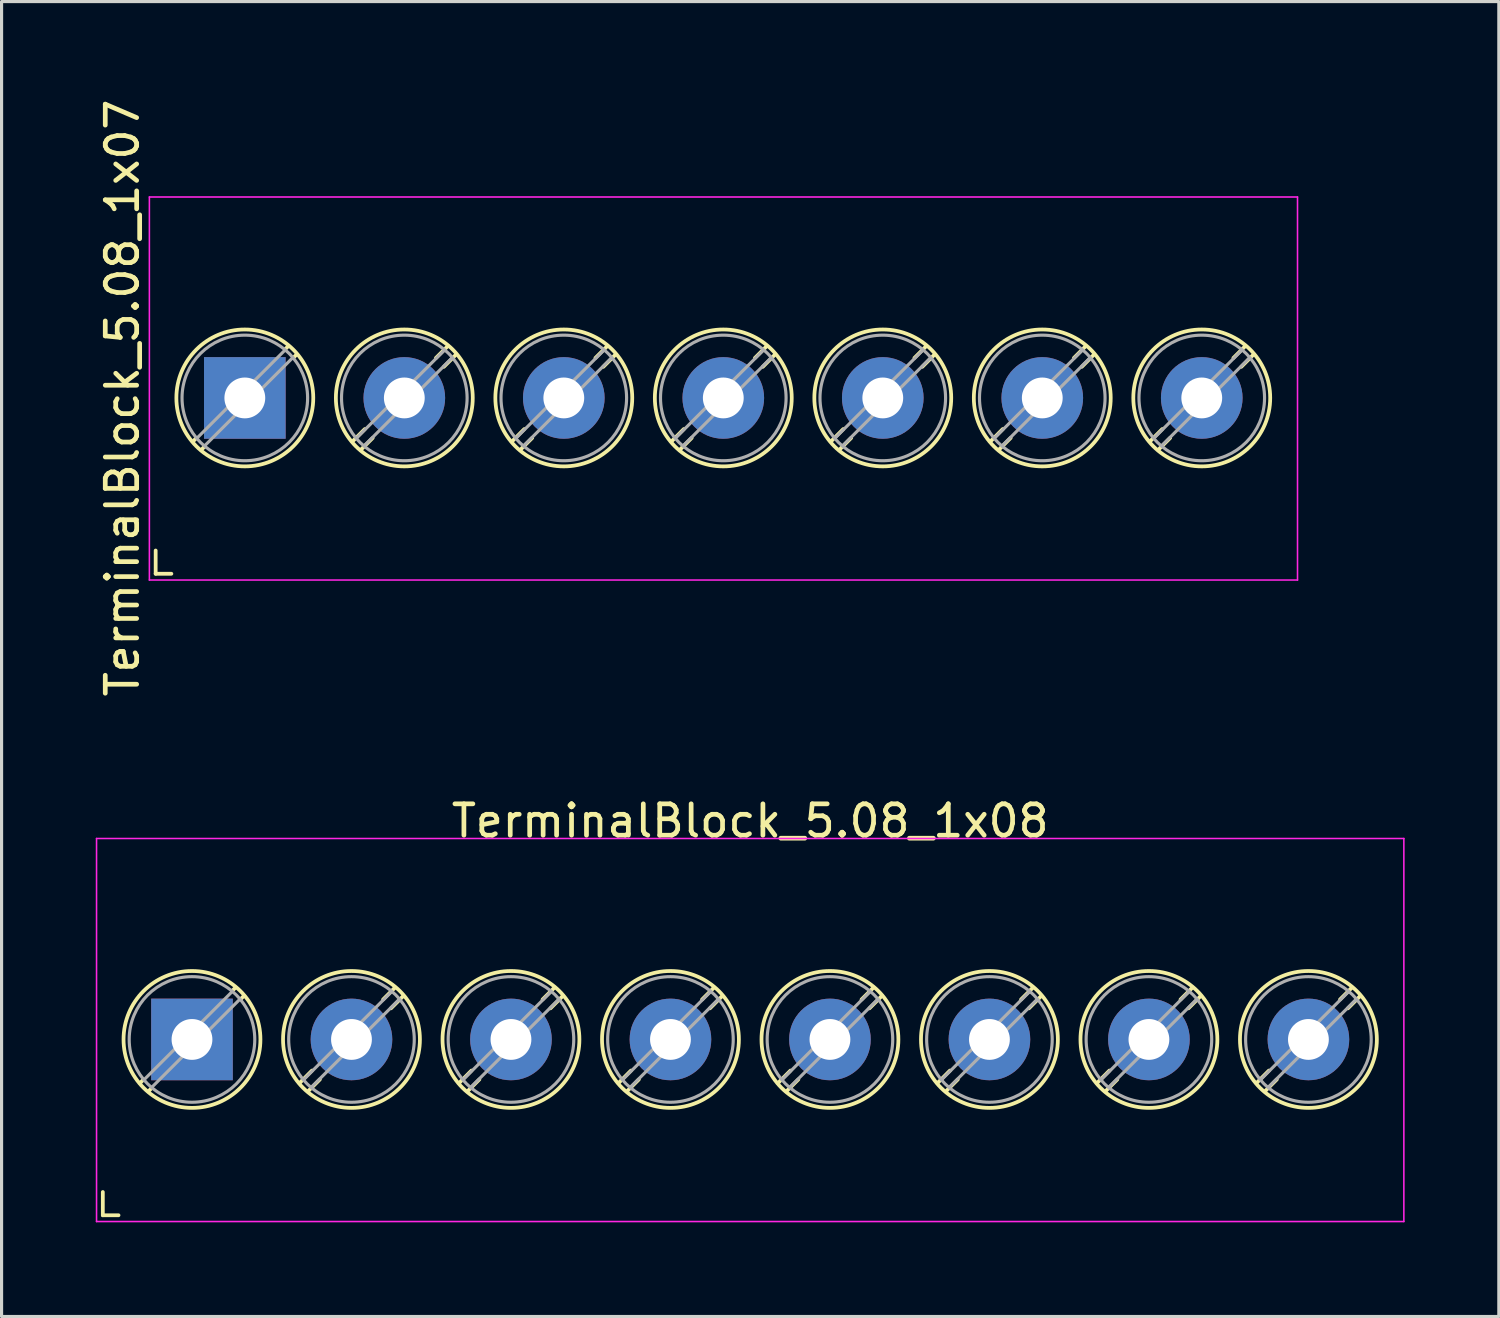
<source format=kicad_pcb>
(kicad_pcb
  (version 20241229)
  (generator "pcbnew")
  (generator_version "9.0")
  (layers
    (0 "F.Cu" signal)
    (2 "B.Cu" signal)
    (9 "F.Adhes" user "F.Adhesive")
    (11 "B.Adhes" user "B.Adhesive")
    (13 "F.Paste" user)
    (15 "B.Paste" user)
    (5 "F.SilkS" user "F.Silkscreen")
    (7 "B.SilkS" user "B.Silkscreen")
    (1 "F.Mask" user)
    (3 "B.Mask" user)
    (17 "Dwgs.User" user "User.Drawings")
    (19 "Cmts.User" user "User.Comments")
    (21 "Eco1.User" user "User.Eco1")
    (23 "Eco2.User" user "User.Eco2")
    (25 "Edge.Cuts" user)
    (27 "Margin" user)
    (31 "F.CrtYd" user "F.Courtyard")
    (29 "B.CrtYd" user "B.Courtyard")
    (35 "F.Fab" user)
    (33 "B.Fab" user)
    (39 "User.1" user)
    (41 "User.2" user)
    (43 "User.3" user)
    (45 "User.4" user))
  (footprint "TerminalBlock_5.08_1x07"
    (layer "F.Cu")
    (at 4.748 9.625)
    (property "Reference" "TerminalBlock_5.08_1x07" (at -3.9 0 90) (layer "F.SilkS") (effects (font (size 1 1) (thickness 0.15))))
    (attr through_hole)
    (fp_line (start -2.84 4.86) (end -2.84 5.6) (stroke (width 0.12) (type solid)) (layer "F.SilkS"))
    (fp_line (start -2.84 5.6) (end -2.34 5.6) (stroke (width 0.12) (type solid)) (layer "F.SilkS"))
    (fp_line (start -1.548 1.281) (end -1.654 1.388) (stroke (width 0.12) (type solid)) (layer "F.SilkS"))
    (fp_line (start -1.282 1.547) (end -1.388 1.654) (stroke (width 0.12) (type solid)) (layer "F.SilkS"))
    (fp_line (start 1.388 -1.654) (end 1.281 -1.547) (stroke (width 0.12) (type solid)) (layer "F.SilkS"))
    (fp_line (start 1.654 -1.388) (end 1.547 -1.281) (stroke (width 0.12) (type solid)) (layer "F.SilkS"))
    (fp_line (start 3.822 0.992) (end 3.427 1.388) (stroke (width 0.12) (type solid)) (layer "F.SilkS"))
    (fp_line (start 4.073 1.274) (end 3.693 1.654) (stroke (width 0.12) (type solid)) (layer "F.SilkS"))
    (fp_line (start 6.468 -1.654) (end 6.088 -1.274) (stroke (width 0.12) (type solid)) (layer "F.SilkS"))
    (fp_line (start 6.734 -1.388) (end 6.339 -0.992) (stroke (width 0.12) (type solid)) (layer "F.SilkS"))
    (fp_line (start 8.902 0.992) (end 8.507 1.388) (stroke (width 0.12) (type solid)) (layer "F.SilkS"))
    (fp_line (start 9.153 1.274) (end 8.773 1.654) (stroke (width 0.12) (type solid)) (layer "F.SilkS"))
    (fp_line (start 11.548 -1.654) (end 11.168 -1.274) (stroke (width 0.12) (type solid)) (layer "F.SilkS"))
    (fp_line (start 11.814 -1.388) (end 11.419 -0.992) (stroke (width 0.12) (type solid)) (layer "F.SilkS"))
    (fp_line (start 13.982 0.992) (end 13.587 1.388) (stroke (width 0.12) (type solid)) (layer "F.SilkS"))
    (fp_line (start 14.233 1.274) (end 13.853 1.654) (stroke (width 0.12) (type solid)) (layer "F.SilkS"))
    (fp_line (start 16.628 -1.654) (end 16.248 -1.274) (stroke (width 0.12) (type solid)) (layer "F.SilkS"))
    (fp_line (start 16.894 -1.388) (end 16.499 -0.992) (stroke (width 0.12) (type solid)) (layer "F.SilkS"))
    (fp_line (start 19.062 0.992) (end 18.667 1.388) (stroke (width 0.12) (type solid)) (layer "F.SilkS"))
    (fp_line (start 19.313 1.274) (end 18.933 1.654) (stroke (width 0.12) (type solid)) (layer "F.SilkS"))
    (fp_line (start 21.708 -1.654) (end 21.328 -1.274) (stroke (width 0.12) (type solid)) (layer "F.SilkS"))
    (fp_line (start 21.974 -1.388) (end 21.579 -0.992) (stroke (width 0.12) (type solid)) (layer "F.SilkS"))
    (fp_line (start 24.142 0.992) (end 23.747 1.388) (stroke (width 0.12) (type solid)) (layer "F.SilkS"))
    (fp_line (start 24.393 1.274) (end 24.013 1.654) (stroke (width 0.12) (type solid)) (layer "F.SilkS"))
    (fp_line (start 26.788 -1.654) (end 26.408 -1.274) (stroke (width 0.12) (type solid)) (layer "F.SilkS"))
    (fp_line (start 27.054 -1.388) (end 26.659 -0.992) (stroke (width 0.12) (type solid)) (layer "F.SilkS"))
    (fp_line (start 29.222 0.992) (end 28.827 1.388) (stroke (width 0.12) (type solid)) (layer "F.SilkS"))
    (fp_line (start 29.473 1.274) (end 29.093 1.654) (stroke (width 0.12) (type solid)) (layer "F.SilkS"))
    (fp_line (start 31.868 -1.654) (end 31.488 -1.274) (stroke (width 0.12) (type solid)) (layer "F.SilkS"))
    (fp_line (start 32.134 -1.388) (end 31.739 -0.992) (stroke (width 0.12) (type solid)) (layer "F.SilkS"))
    (fp_circle (center 0 0) (end 2.18 0) (stroke (width 0.12) (type solid)) (fill no) (layer "F.SilkS"))
    (fp_circle (center 5.08 0) (end 7.26 0) (stroke (width 0.12) (type solid)) (fill no) (layer "F.SilkS"))
    (fp_circle (center 10.16 0) (end 12.34 0) (stroke (width 0.12) (type solid)) (fill no) (layer "F.SilkS"))
    (fp_circle (center 15.24 0) (end 17.42 0) (stroke (width 0.12) (type solid)) (fill no) (layer "F.SilkS"))
    (fp_circle (center 20.32 0) (end 22.5 0) (stroke (width 0.12) (type solid)) (fill no) (layer "F.SilkS"))
    (fp_circle (center 25.4 0) (end 27.58 0) (stroke (width 0.12) (type solid)) (fill no) (layer "F.SilkS"))
    (fp_circle (center 30.48 0) (end 32.66 0) (stroke (width 0.12) (type solid)) (fill no) (layer "F.SilkS"))
    (fp_line (start -3.04 -6.4) (end -3.04 5.8) (stroke (width 0.05) (type solid)) (layer "F.CrtYd"))
    (fp_line (start -3.04 5.8) (end 33.53 5.8) (stroke (width 0.05) (type solid)) (layer "F.CrtYd"))
    (fp_line (start 33.53 -6.4) (end -3.04 -6.4) (stroke (width 0.05) (type solid)) (layer "F.CrtYd"))
    (fp_line (start 33.53 5.8) (end 33.53 -6.4) (stroke (width 0.05) (type solid)) (layer "F.CrtYd"))
    (fp_line (start 1.273 -1.517) (end -1.517 1.273) (stroke (width 0.1) (type solid)) (layer "F.Fab"))
    (fp_line (start 1.517 -1.273) (end -1.273 1.517) (stroke (width 0.1) (type solid)) (layer "F.Fab"))
    (fp_line (start 6.353 -1.517) (end 3.564 1.273) (stroke (width 0.1) (type solid)) (layer "F.Fab"))
    (fp_line (start 6.597 -1.273) (end 3.808 1.517) (stroke (width 0.1) (type solid)) (layer "F.Fab"))
    (fp_line (start 11.433 -1.517) (end 8.644 1.273) (stroke (width 0.1) (type solid)) (layer "F.Fab"))
    (fp_line (start 11.677 -1.273) (end 8.888 1.517) (stroke (width 0.1) (type solid)) (layer "F.Fab"))
    (fp_line (start 16.513 -1.517) (end 13.724 1.273) (stroke (width 0.1) (type solid)) (layer "F.Fab"))
    (fp_line (start 16.757 -1.273) (end 13.968 1.517) (stroke (width 0.1) (type solid)) (layer "F.Fab"))
    (fp_line (start 21.593 -1.517) (end 18.804 1.273) (stroke (width 0.1) (type solid)) (layer "F.Fab"))
    (fp_line (start 21.837 -1.273) (end 19.048 1.517) (stroke (width 0.1) (type solid)) (layer "F.Fab"))
    (fp_line (start 26.673 -1.517) (end 23.884 1.273) (stroke (width 0.1) (type solid)) (layer "F.Fab"))
    (fp_line (start 26.917 -1.273) (end 24.128 1.517) (stroke (width 0.1) (type solid)) (layer "F.Fab"))
    (fp_line (start 31.753 -1.517) (end 28.964 1.273) (stroke (width 0.1) (type solid)) (layer "F.Fab"))
    (fp_line (start 31.997 -1.273) (end 29.208 1.517) (stroke (width 0.1) (type solid)) (layer "F.Fab"))
    (fp_circle (center 0 0) (end 2 0) (stroke (width 0.1) (type solid)) (fill no) (layer "F.Fab"))
    (fp_circle (center 5.08 0) (end 7.08 0) (stroke (width 0.1) (type solid)) (fill no) (layer "F.Fab"))
    (fp_circle (center 10.16 0) (end 12.16 0) (stroke (width 0.1) (type solid)) (fill no) (layer "F.Fab"))
    (fp_circle (center 15.24 0) (end 17.24 0) (stroke (width 0.1) (type solid)) (fill no) (layer "F.Fab"))
    (fp_circle (center 20.32 0) (end 22.32 0) (stroke (width 0.1) (type solid)) (fill no) (layer "F.Fab"))
    (fp_circle (center 25.4 0) (end 27.4 0) (stroke (width 0.1) (type solid)) (fill no) (layer "F.Fab"))
    (fp_circle (center 30.48 0) (end 32.48 0) (stroke (width 0.1) (type solid)) (fill no) (layer "F.Fab"))
    (pad "1" thru_hole rect (at 0 0) (size 2.6 2.6) (drill 1.3) (layers "*.Cu" "*.Mask"))
    (pad "2" thru_hole circle (at 5.08 0) (size 2.6 2.6) (drill 1.3) (layers "*.Cu" "*.Mask"))
    (pad "3" thru_hole circle (at 10.16 0) (size 2.6 2.6) (drill 1.3) (layers "*.Cu" "*.Mask"))
    (pad "4" thru_hole circle (at 15.24 0) (size 2.6 2.6) (drill 1.3) (layers "*.Cu" "*.Mask"))
    (pad "5" thru_hole circle (at 20.32 0) (size 2.6 2.6) (drill 1.3) (layers "*.Cu" "*.Mask"))
    (pad "6" thru_hole circle (at 25.4 0) (size 2.6 2.6) (drill 1.3) (layers "*.Cu" "*.Mask"))
    (pad "7" thru_hole circle (at 30.48 0) (size 2.6 2.6) (drill 1.3) (layers "*.Cu" "*.Mask")))
  (footprint "TerminalBlock_5.08_1x08"
    (layer "F.Cu")
    (at 3.065 30.058)
    (property "Reference" "TerminalBlock_5.08_1x08" (at 17.78 -6.96 0) (layer "F.SilkS") (effects (font (size 1 1) (thickness 0.15))))
    (attr through_hole)
    (fp_line (start -2.84 4.86) (end -2.84 5.6) (stroke (width 0.12) (type solid)) (layer "F.SilkS"))
    (fp_line (start -2.84 5.6) (end -2.34 5.6) (stroke (width 0.12) (type solid)) (layer "F.SilkS"))
    (fp_line (start -1.548 1.281) (end -1.654 1.388) (stroke (width 0.12) (type solid)) (layer "F.SilkS"))
    (fp_line (start -1.282 1.547) (end -1.388 1.654) (stroke (width 0.12) (type solid)) (layer "F.SilkS"))
    (fp_line (start 1.388 -1.654) (end 1.281 -1.547) (stroke (width 0.12) (type solid)) (layer "F.SilkS"))
    (fp_line (start 1.654 -1.388) (end 1.547 -1.281) (stroke (width 0.12) (type solid)) (layer "F.SilkS"))
    (fp_line (start 3.822 0.992) (end 3.427 1.388) (stroke (width 0.12) (type solid)) (layer "F.SilkS"))
    (fp_line (start 4.073 1.274) (end 3.693 1.654) (stroke (width 0.12) (type solid)) (layer "F.SilkS"))
    (fp_line (start 6.468 -1.654) (end 6.088 -1.274) (stroke (width 0.12) (type solid)) (layer "F.SilkS"))
    (fp_line (start 6.734 -1.388) (end 6.339 -0.992) (stroke (width 0.12) (type solid)) (layer "F.SilkS"))
    (fp_line (start 8.902 0.992) (end 8.507 1.388) (stroke (width 0.12) (type solid)) (layer "F.SilkS"))
    (fp_line (start 9.153 1.274) (end 8.773 1.654) (stroke (width 0.12) (type solid)) (layer "F.SilkS"))
    (fp_line (start 11.548 -1.654) (end 11.168 -1.274) (stroke (width 0.12) (type solid)) (layer "F.SilkS"))
    (fp_line (start 11.814 -1.388) (end 11.419 -0.992) (stroke (width 0.12) (type solid)) (layer "F.SilkS"))
    (fp_line (start 13.982 0.992) (end 13.587 1.388) (stroke (width 0.12) (type solid)) (layer "F.SilkS"))
    (fp_line (start 14.233 1.274) (end 13.853 1.654) (stroke (width 0.12) (type solid)) (layer "F.SilkS"))
    (fp_line (start 16.628 -1.654) (end 16.248 -1.274) (stroke (width 0.12) (type solid)) (layer "F.SilkS"))
    (fp_line (start 16.894 -1.388) (end 16.499 -0.992) (stroke (width 0.12) (type solid)) (layer "F.SilkS"))
    (fp_line (start 19.062 0.992) (end 18.667 1.388) (stroke (width 0.12) (type solid)) (layer "F.SilkS"))
    (fp_line (start 19.313 1.274) (end 18.933 1.654) (stroke (width 0.12) (type solid)) (layer "F.SilkS"))
    (fp_line (start 21.708 -1.654) (end 21.328 -1.274) (stroke (width 0.12) (type solid)) (layer "F.SilkS"))
    (fp_line (start 21.974 -1.388) (end 21.579 -0.992) (stroke (width 0.12) (type solid)) (layer "F.SilkS"))
    (fp_line (start 24.142 0.992) (end 23.747 1.388) (stroke (width 0.12) (type solid)) (layer "F.SilkS"))
    (fp_line (start 24.393 1.274) (end 24.013 1.654) (stroke (width 0.12) (type solid)) (layer "F.SilkS"))
    (fp_line (start 26.788 -1.654) (end 26.408 -1.274) (stroke (width 0.12) (type solid)) (layer "F.SilkS"))
    (fp_line (start 27.054 -1.388) (end 26.659 -0.992) (stroke (width 0.12) (type solid)) (layer "F.SilkS"))
    (fp_line (start 29.222 0.992) (end 28.827 1.388) (stroke (width 0.12) (type solid)) (layer "F.SilkS"))
    (fp_line (start 29.473 1.274) (end 29.093 1.654) (stroke (width 0.12) (type solid)) (layer "F.SilkS"))
    (fp_line (start 31.868 -1.654) (end 31.488 -1.274) (stroke (width 0.12) (type solid)) (layer "F.SilkS"))
    (fp_line (start 32.134 -1.388) (end 31.739 -0.992) (stroke (width 0.12) (type solid)) (layer "F.SilkS"))
    (fp_line (start 34.302 0.992) (end 33.907 1.388) (stroke (width 0.12) (type solid)) (layer "F.SilkS"))
    (fp_line (start 34.553 1.274) (end 34.173 1.654) (stroke (width 0.12) (type solid)) (layer "F.SilkS"))
    (fp_line (start 36.948 -1.654) (end 36.568 -1.274) (stroke (width 0.12) (type solid)) (layer "F.SilkS"))
    (fp_line (start 37.214 -1.388) (end 36.819 -0.992) (stroke (width 0.12) (type solid)) (layer "F.SilkS"))
    (fp_circle (center 0 0) (end 2.18 0) (stroke (width 0.12) (type solid)) (fill no) (layer "F.SilkS"))
    (fp_circle (center 5.08 0) (end 7.26 0) (stroke (width 0.12) (type solid)) (fill no) (layer "F.SilkS"))
    (fp_circle (center 10.16 0) (end 12.34 0) (stroke (width 0.12) (type solid)) (fill no) (layer "F.SilkS"))
    (fp_circle (center 15.24 0) (end 17.42 0) (stroke (width 0.12) (type solid)) (fill no) (layer "F.SilkS"))
    (fp_circle (center 20.32 0) (end 22.5 0) (stroke (width 0.12) (type solid)) (fill no) (layer "F.SilkS"))
    (fp_circle (center 25.4 0) (end 27.58 0) (stroke (width 0.12) (type solid)) (fill no) (layer "F.SilkS"))
    (fp_circle (center 30.48 0) (end 32.66 0) (stroke (width 0.12) (type solid)) (fill no) (layer "F.SilkS"))
    (fp_circle (center 35.56 0) (end 37.74 0) (stroke (width 0.12) (type solid)) (fill no) (layer "F.SilkS"))
    (fp_line (start -3.04 -6.4) (end -3.04 5.8) (stroke (width 0.05) (type solid)) (layer "F.CrtYd"))
    (fp_line (start -3.04 5.8) (end 38.6 5.8) (stroke (width 0.05) (type solid)) (layer "F.CrtYd"))
    (fp_line (start 38.6 -6.4) (end -3.04 -6.4) (stroke (width 0.05) (type solid)) (layer "F.CrtYd"))
    (fp_line (start 38.6 5.8) (end 38.6 -6.4) (stroke (width 0.05) (type solid)) (layer "F.CrtYd"))
    (fp_line (start 1.273 -1.517) (end -1.517 1.273) (stroke (width 0.1) (type solid)) (layer "F.Fab"))
    (fp_line (start 1.517 -1.273) (end -1.273 1.517) (stroke (width 0.1) (type solid)) (layer "F.Fab"))
    (fp_line (start 6.353 -1.517) (end 3.564 1.273) (stroke (width 0.1) (type solid)) (layer "F.Fab"))
    (fp_line (start 6.597 -1.273) (end 3.808 1.517) (stroke (width 0.1) (type solid)) (layer "F.Fab"))
    (fp_line (start 11.433 -1.517) (end 8.644 1.273) (stroke (width 0.1) (type solid)) (layer "F.Fab"))
    (fp_line (start 11.677 -1.273) (end 8.888 1.517) (stroke (width 0.1) (type solid)) (layer "F.Fab"))
    (fp_line (start 16.513 -1.517) (end 13.724 1.273) (stroke (width 0.1) (type solid)) (layer "F.Fab"))
    (fp_line (start 16.757 -1.273) (end 13.968 1.517) (stroke (width 0.1) (type solid)) (layer "F.Fab"))
    (fp_line (start 21.593 -1.517) (end 18.804 1.273) (stroke (width 0.1) (type solid)) (layer "F.Fab"))
    (fp_line (start 21.837 -1.273) (end 19.048 1.517) (stroke (width 0.1) (type solid)) (layer "F.Fab"))
    (fp_line (start 26.673 -1.517) (end 23.884 1.273) (stroke (width 0.1) (type solid)) (layer "F.Fab"))
    (fp_line (start 26.917 -1.273) (end 24.128 1.517) (stroke (width 0.1) (type solid)) (layer "F.Fab"))
    (fp_line (start 31.753 -1.517) (end 28.964 1.273) (stroke (width 0.1) (type solid)) (layer "F.Fab"))
    (fp_line (start 31.997 -1.273) (end 29.208 1.517) (stroke (width 0.1) (type solid)) (layer "F.Fab"))
    (fp_line (start 36.833 -1.517) (end 34.044 1.273) (stroke (width 0.1) (type solid)) (layer "F.Fab"))
    (fp_line (start 37.077 -1.273) (end 34.288 1.517) (stroke (width 0.1) (type solid)) (layer "F.Fab"))
    (fp_circle (center 0 0) (end 2 0) (stroke (width 0.1) (type solid)) (fill no) (layer "F.Fab"))
    (fp_circle (center 5.08 0) (end 7.08 0) (stroke (width 0.1) (type solid)) (fill no) (layer "F.Fab"))
    (fp_circle (center 10.16 0) (end 12.16 0) (stroke (width 0.1) (type solid)) (fill no) (layer "F.Fab"))
    (fp_circle (center 15.24 0) (end 17.24 0) (stroke (width 0.1) (type solid)) (fill no) (layer "F.Fab"))
    (fp_circle (center 20.32 0) (end 22.32 0) (stroke (width 0.1) (type solid)) (fill no) (layer "F.Fab"))
    (fp_circle (center 25.4 0) (end 27.4 0) (stroke (width 0.1) (type solid)) (fill no) (layer "F.Fab"))
    (fp_circle (center 30.48 0) (end 32.48 0) (stroke (width 0.1) (type solid)) (fill no) (layer "F.Fab"))
    (fp_circle (center 35.56 0) (end 37.56 0) (stroke (width 0.1) (type solid)) (fill no) (layer "F.Fab"))
    (pad "1" thru_hole rect (at 0 0) (size 2.6 2.6) (drill 1.3) (layers "*.Cu" "*.Mask"))
    (pad "2" thru_hole circle (at 5.08 0) (size 2.6 2.6) (drill 1.3) (layers "*.Cu" "*.Mask"))
    (pad "3" thru_hole circle (at 10.16 0) (size 2.6 2.6) (drill 1.3) (layers "*.Cu" "*.Mask"))
    (pad "4" thru_hole circle (at 15.24 0) (size 2.6 2.6) (drill 1.3) (layers "*.Cu" "*.Mask"))
    (pad "5" thru_hole circle (at 20.32 0) (size 2.6 2.6) (drill 1.3) (layers "*.Cu" "*.Mask"))
    (pad "6" thru_hole circle (at 25.4 0) (size 2.6 2.6) (drill 1.3) (layers "*.Cu" "*.Mask"))
    (pad "7" thru_hole circle (at 30.48 0) (size 2.6 2.6) (drill 1.3) (layers "*.Cu" "*.Mask"))
    (pad "8" thru_hole circle (at 35.56 0) (size 2.6 2.6) (drill 1.3) (layers "*.Cu" "*.Mask")))
  (gr_rect
    (start -3 -3)
    (end 44.69 38.883)
    (stroke (width 0.1) (type default))
    (fill no)
    (layer "Edge.Cuts")))
</source>
